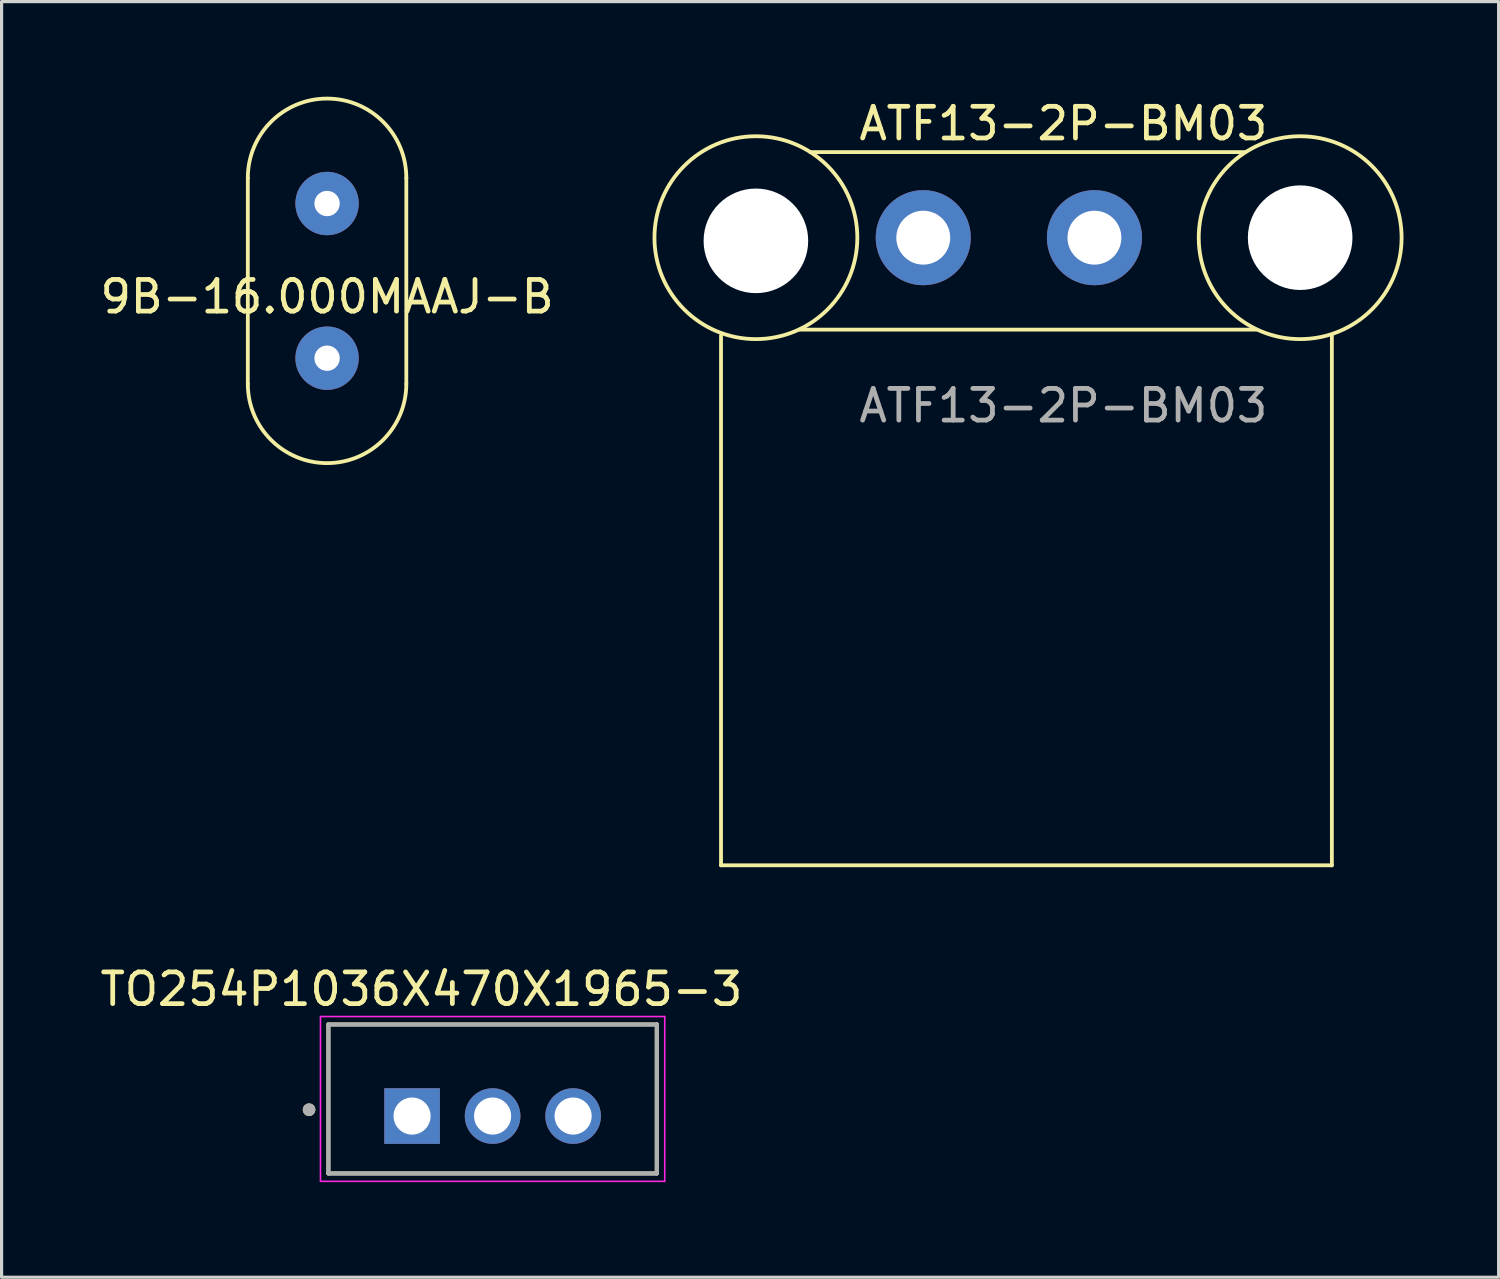
<source format=kicad_pcb>
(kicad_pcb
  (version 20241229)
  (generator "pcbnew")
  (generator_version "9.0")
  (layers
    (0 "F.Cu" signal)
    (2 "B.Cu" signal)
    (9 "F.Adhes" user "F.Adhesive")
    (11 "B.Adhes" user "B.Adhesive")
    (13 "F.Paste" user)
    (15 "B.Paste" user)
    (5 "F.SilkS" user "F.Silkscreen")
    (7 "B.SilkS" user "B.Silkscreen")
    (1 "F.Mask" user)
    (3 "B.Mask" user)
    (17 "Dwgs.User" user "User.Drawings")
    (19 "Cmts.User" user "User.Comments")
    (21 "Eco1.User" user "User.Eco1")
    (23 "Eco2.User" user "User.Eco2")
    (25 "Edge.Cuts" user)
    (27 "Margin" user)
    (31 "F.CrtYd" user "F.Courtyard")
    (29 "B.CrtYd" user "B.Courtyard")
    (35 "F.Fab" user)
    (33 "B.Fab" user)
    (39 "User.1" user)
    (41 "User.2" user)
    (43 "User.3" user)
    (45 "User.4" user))
  (footprint "TO254P1036X470X1965-3"
    (layer "F.Cu")
    (at 12.49 32.158)
    (property "Reference" "TO254P1036X470X1965-3" (at -2.246 -4.002 0) (layer "F.SilkS") (effects (font (size 1 1) (thickness 0.15))))
    (attr through_hole)
    (fp_line (start -5.18 -2.89) (end -5.18 1.81) (stroke (width 0.127) (type solid)) (layer "F.SilkS"))
    (fp_line (start -5.18 1.81) (end 5.18 1.81) (stroke (width 0.127) (type solid)) (layer "F.SilkS"))
    (fp_line (start 5.18 -2.89) (end -5.18 -2.89) (stroke (width 0.127) (type solid)) (layer "F.SilkS"))
    (fp_line (start 5.18 1.81) (end 5.18 -2.89) (stroke (width 0.127) (type solid)) (layer "F.SilkS"))
    (fp_circle (center -5.79 -0.2) (end -5.69 -0.2) (stroke (width 0.2) (type solid)) (fill no) (layer "F.SilkS"))
    (fp_line (start -5.43 -3.14) (end -5.43 2.06) (stroke (width 0.05) (type solid)) (layer "F.CrtYd"))
    (fp_line (start -5.43 2.06) (end 5.43 2.06) (stroke (width 0.05) (type solid)) (layer "F.CrtYd"))
    (fp_line (start 5.43 -3.14) (end -5.43 -3.14) (stroke (width 0.05) (type solid)) (layer "F.CrtYd"))
    (fp_line (start 5.43 2.06) (end 5.43 -3.14) (stroke (width 0.05) (type solid)) (layer "F.CrtYd"))
    (fp_line (start -5.18 -2.89) (end -5.18 1.81) (stroke (width 0.127) (type solid)) (layer "F.Fab"))
    (fp_line (start -5.18 1.81) (end 5.18 1.81) (stroke (width 0.127) (type solid)) (layer "F.Fab"))
    (fp_line (start 5.18 -2.89) (end -5.18 -2.89) (stroke (width 0.127) (type solid)) (layer "F.Fab"))
    (fp_line (start 5.18 1.81) (end 5.18 -2.89) (stroke (width 0.127) (type solid)) (layer "F.Fab"))
    (fp_circle (center -5.79 -0.2) (end -5.69 -0.2) (stroke (width 0.2) (type solid)) (fill no) (layer "F.Fab"))
    (pad "1" thru_hole rect (at -2.54 0) (size 1.755 1.755) (drill 1.17) (layers "*.Cu" "*.Mask"))
    (pad "2" thru_hole circle (at 0 0) (size 1.755 1.755) (drill 1.17) (layers "*.Cu" "*.Mask"))
    (pad "3" thru_hole circle (at 2.54 0) (size 1.755 1.755) (drill 1.17) (layers "*.Cu" "*.Mask")))
  (footprint "9B-16.000MAAJ-B"
    (layer "F.Cu")
    (at 7.268 5.81)
    (property "Reference" "9B-16.000MAAJ-B" (at 0 0.5 0) (layer "F.SilkS") (effects (font (size 1 1) (thickness 0.15))))
    (attr through_hole)
    (fp_line (start -2.5 3.25) (end -2.5 -3.25) (stroke (width 0.12) (type solid)) (layer "F.SilkS"))
    (fp_line (start 2.5 3.25) (end 2.5 -3.25) (stroke (width 0.12) (type solid)) (layer "F.SilkS"))
    (fp_arc (start -2.5 -3.25) (mid 0 -5.75) (end 2.5 -3.25) (stroke (width 0.12) (type solid)) (layer "F.SilkS"))
    (fp_arc (start 2.5 3.25) (mid 0 5.75) (end -2.5 3.25) (stroke (width 0.12) (type solid)) (layer "F.SilkS"))
    (pad "1" thru_hole circle (at 0 -2.44) (size 2 2) (drill 0.8) (layers "*.Cu" "*.Mask"))
    (pad "2" thru_hole circle (at 0 2.44) (size 2 2) (drill 0.8) (layers "*.Cu" "*.Mask")))
  (footprint "ATF13-2P-BM03"
    (layer "F.Cu")
    (at 26.076 4.448)
    (property "Reference" "ATF13-2P-BM03" (at 4.42 -3.6 0) (unlocked yes) (layer "F.SilkS") (effects (font (size 1 1) (thickness 0.15))))
    (attr through_hole)
    (fp_line (start -6.38 19.8) (end -6.38 3.09) (stroke (width 0.12) (type default)) (layer "F.SilkS"))
    (fp_line (start -3.905 2.9) (end 10.5 2.9) (stroke (width 0.12) (type default)) (layer "F.SilkS"))
    (fp_line (start -3.565 -2.7) (end 10.15 -2.7) (stroke (width 0.12) (type default)) (layer "F.SilkS"))
    (fp_line (start 12.89 3.09) (end 12.89 19.8) (stroke (width 0.12) (type default)) (layer "F.SilkS"))
    (fp_line (start 12.89 19.8) (end -6.38 19.8) (stroke (width 0.12) (type default)) (layer "F.SilkS"))
    (fp_circle (center -5.28 0) (end -2.08 0) (stroke (width 0.12) (type default)) (fill no) (layer "F.SilkS"))
    (fp_circle (center 11.89 0) (end 15.09 0) (stroke (width 0.12) (type default)) (fill no) (layer "F.SilkS"))
    (fp_text user "${REFERENCE}" (at 4.42 5.3 0) (unlocked yes) (layer "F.Fab") (effects (font (size 1 1) (thickness 0.15))))
    (pad "" np_thru_hole circle (at -5.28 0.1) (size 3.3 3.3) (drill 3.3) (layers "*.Cu" "*.Mask"))
    (pad "" np_thru_hole circle (at 11.89 0) (size 3.3 3.3) (drill 3.3) (layers "*.Cu" "*.Mask"))
    (pad "1" thru_hole circle (at 0 0) (size 3 3) (drill 1.7) (layers "*.Cu" "*.Mask"))
    (pad "2" thru_hole circle (at 5.4 0) (size 3 3) (drill 1.7) (layers "*.Cu" "*.Mask")))
  (gr_rect
    (start -3 -3)
    (end 44.226 37.243)
    (stroke (width 0.1) (type default))
    (fill no)
    (layer "Edge.Cuts")))
</source>
